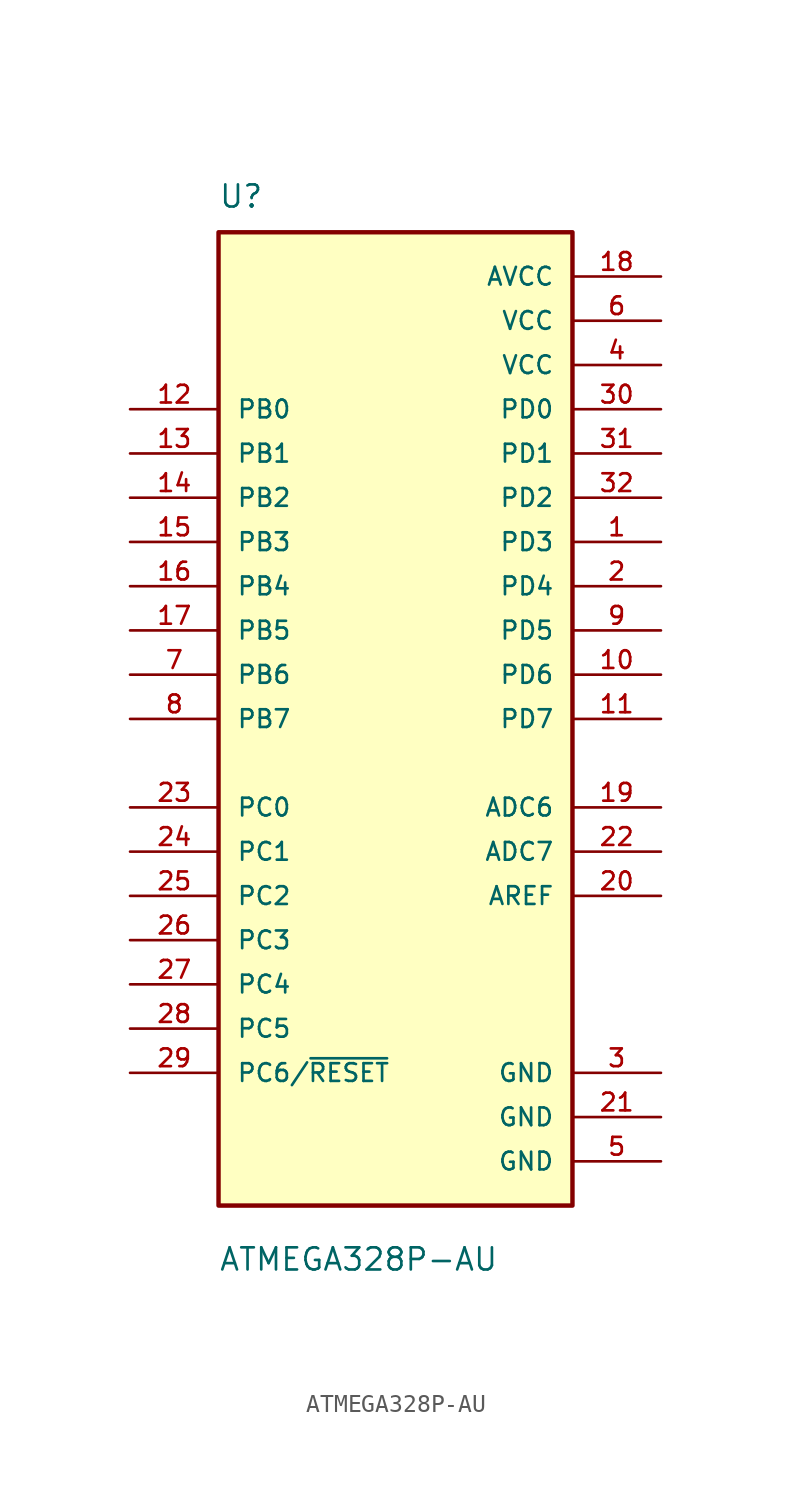
<source format=kicad_sym>
(kicad_symbol_lib
  (version 20220914)
  (generator kicad_symbol_editor)
  (symbol "ATMEGA328P-AU"
    (pin_names
      (offset 1.016))
    (property "Reference" "U"
      (at -10.175 29.255 0)
      (effects (font (size 1.27 1.27)) (justify left bottom)))
    (property "Value" "ATMEGA328P-AU"
      (at -10.167 -31.771 0)
      (effects (font (size 1.27 1.27)) (justify left bottom)))
    (symbol "ATMEGA328P-AU_0_0"
      (rectangle (start -10.16 -27.94) (end 10.16 27.94) (stroke (width 0.254) (type default)) (fill (type background)))
      (pin bidirectional line (at 15.24 10.16 180) (length 5.08) (name "PD3" (effects (font (size 1.016 1.016)))) (number "1" (effects (font (size 1.016 1.016)))))
      (pin bidirectional line (at 15.24 2.54 180) (length 5.08) (name "PD6" (effects (font (size 1.016 1.016)))) (number "10" (effects (font (size 1.016 1.016)))))
      (pin bidirectional line (at 15.24 0 180) (length 5.08) (name "PD7" (effects (font (size 1.016 1.016)))) (number "11" (effects (font (size 1.016 1.016)))))
      (pin bidirectional line (at -15.24 17.78 0) (length 5.08) (name "PB0" (effects (font (size 1.016 1.016)))) (number "12" (effects (font (size 1.016 1.016)))))
      (pin bidirectional line (at -15.24 15.24 0) (length 5.08) (name "PB1" (effects (font (size 1.016 1.016)))) (number "13" (effects (font (size 1.016 1.016)))))
      (pin bidirectional line (at -15.24 12.7 0) (length 5.08) (name "PB2" (effects (font (size 1.016 1.016)))) (number "14" (effects (font (size 1.016 1.016)))))
      (pin bidirectional line (at -15.24 10.16 0) (length 5.08) (name "PB3" (effects (font (size 1.016 1.016)))) (number "15" (effects (font (size 1.016 1.016)))))
      (pin bidirectional line (at -15.24 7.62 0) (length 5.08) (name "PB4" (effects (font (size 1.016 1.016)))) (number "16" (effects (font (size 1.016 1.016)))))
      (pin bidirectional line (at -15.24 5.08 0) (length 5.08) (name "PB5" (effects (font (size 1.016 1.016)))) (number "17" (effects (font (size 1.016 1.016)))))
      (pin power_in line (at 15.24 25.4 180) (length 5.08) (name "AVCC" (effects (font (size 1.016 1.016)))) (number "18" (effects (font (size 1.016 1.016)))))
      (pin bidirectional line (at 15.24 -5.08 180) (length 5.08) (name "ADC6" (effects (font (size 1.016 1.016)))) (number "19" (effects (font (size 1.016 1.016)))))
      (pin bidirectional line (at 15.24 7.62 180) (length 5.08) (name "PD4" (effects (font (size 1.016 1.016)))) (number "2" (effects (font (size 1.016 1.016)))))
      (pin input line (at 15.24 -10.16 180) (length 5.08) (name "AREF" (effects (font (size 1.016 1.016)))) (number "20" (effects (font (size 1.016 1.016)))))
      (pin power_in line (at 15.24 -22.86 180) (length 5.08) (name "GND" (effects (font (size 1.016 1.016)))) (number "21" (effects (font (size 1.016 1.016)))))
      (pin bidirectional line (at 15.24 -7.62 180) (length 5.08) (name "ADC7" (effects (font (size 1.016 1.016)))) (number "22" (effects (font (size 1.016 1.016)))))
      (pin bidirectional line (at -15.24 -5.08 0) (length 5.08) (name "PC0" (effects (font (size 1.016 1.016)))) (number "23" (effects (font (size 1.016 1.016)))))
      (pin bidirectional line (at -15.24 -7.62 0) (length 5.08) (name "PC1" (effects (font (size 1.016 1.016)))) (number "24" (effects (font (size 1.016 1.016)))))
      (pin bidirectional line (at -15.24 -10.16 0) (length 5.08) (name "PC2" (effects (font (size 1.016 1.016)))) (number "25" (effects (font (size 1.016 1.016)))))
      (pin bidirectional line (at -15.24 -12.7 0) (length 5.08) (name "PC3" (effects (font (size 1.016 1.016)))) (number "26" (effects (font (size 1.016 1.016)))))
      (pin bidirectional line (at -15.24 -15.24 0) (length 5.08) (name "PC4" (effects (font (size 1.016 1.016)))) (number "27" (effects (font (size 1.016 1.016)))))
      (pin bidirectional line (at -15.24 -17.78 0) (length 5.08) (name "PC5" (effects (font (size 1.016 1.016)))) (number "28" (effects (font (size 1.016 1.016)))))
      (pin bidirectional line (at -15.24 -20.32 0) (length 5.08) (name "PC6/~{RESET}" (effects (font (size 1.016 1.016)))) (number "29" (effects (font (size 1.016 1.016)))))
      (pin power_in line (at 15.24 -20.32 180) (length 5.08) (name "GND" (effects (font (size 1.016 1.016)))) (number "3" (effects (font (size 1.016 1.016)))))
      (pin bidirectional line (at 15.24 17.78 180) (length 5.08) (name "PD0" (effects (font (size 1.016 1.016)))) (number "30" (effects (font (size 1.016 1.016)))))
      (pin bidirectional line (at 15.24 15.24 180) (length 5.08) (name "PD1" (effects (font (size 1.016 1.016)))) (number "31" (effects (font (size 1.016 1.016)))))
      (pin bidirectional line (at 15.24 12.7 180) (length 5.08) (name "PD2" (effects (font (size 1.016 1.016)))) (number "32" (effects (font (size 1.016 1.016)))))
      (pin power_in line (at 15.24 20.32 180) (length 5.08) (name "VCC" (effects (font (size 1.016 1.016)))) (number "4" (effects (font (size 1.016 1.016)))))
      (pin power_in line (at 15.24 -25.4 180) (length 5.08) (name "GND" (effects (font (size 1.016 1.016)))) (number "5" (effects (font (size 1.016 1.016)))))
      (pin power_in line (at 15.24 22.86 180) (length 5.08) (name "VCC" (effects (font (size 1.016 1.016)))) (number "6" (effects (font (size 1.016 1.016)))))
      (pin bidirectional line (at -15.24 2.54 0) (length 5.08) (name "PB6" (effects (font (size 1.016 1.016)))) (number "7" (effects (font (size 1.016 1.016)))))
      (pin bidirectional line (at -15.24 0 0) (length 5.08) (name "PB7" (effects (font (size 1.016 1.016)))) (number "8" (effects (font (size 1.016 1.016)))))
      (pin bidirectional line (at 15.24 5.08 180) (length 5.08) (name "PD5" (effects (font (size 1.016 1.016)))) (number "9" (effects (font (size 1.016 1.016))))))))
</source>
